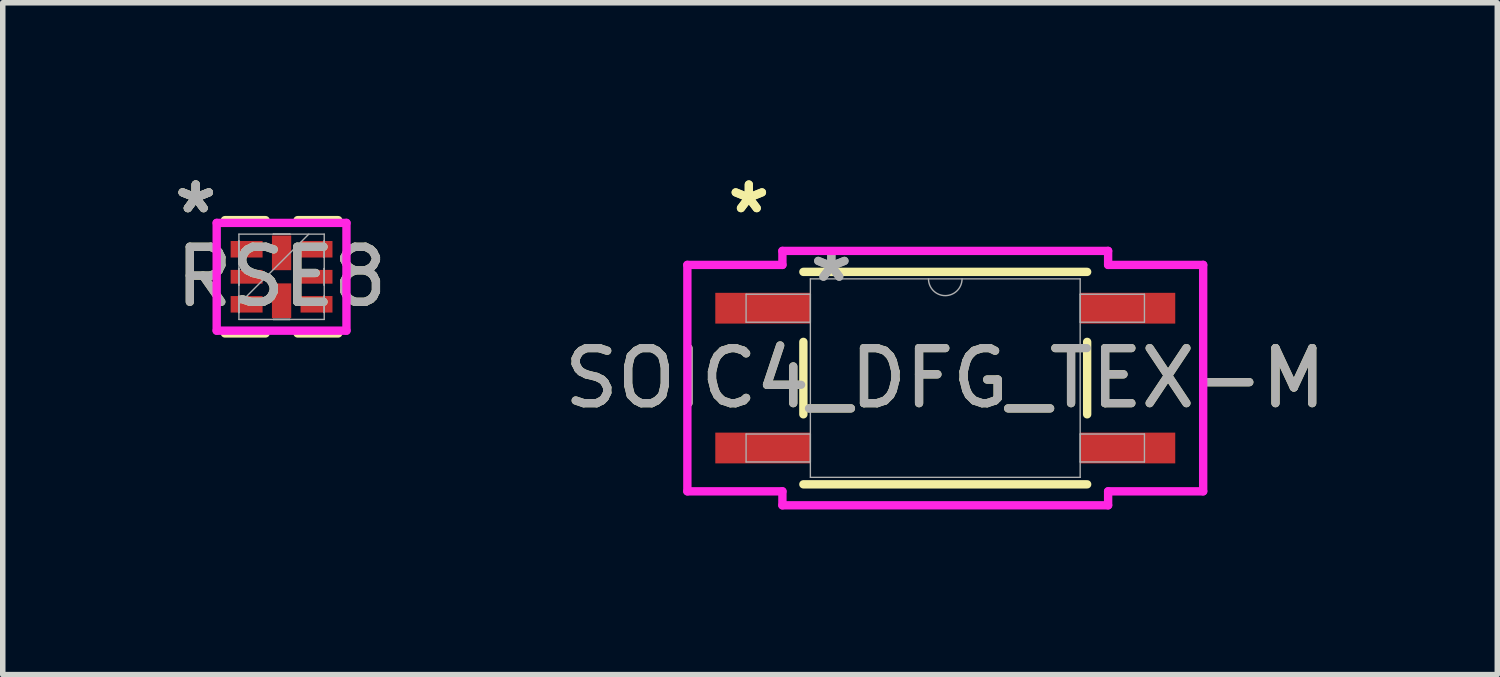
<source format=kicad_pcb>
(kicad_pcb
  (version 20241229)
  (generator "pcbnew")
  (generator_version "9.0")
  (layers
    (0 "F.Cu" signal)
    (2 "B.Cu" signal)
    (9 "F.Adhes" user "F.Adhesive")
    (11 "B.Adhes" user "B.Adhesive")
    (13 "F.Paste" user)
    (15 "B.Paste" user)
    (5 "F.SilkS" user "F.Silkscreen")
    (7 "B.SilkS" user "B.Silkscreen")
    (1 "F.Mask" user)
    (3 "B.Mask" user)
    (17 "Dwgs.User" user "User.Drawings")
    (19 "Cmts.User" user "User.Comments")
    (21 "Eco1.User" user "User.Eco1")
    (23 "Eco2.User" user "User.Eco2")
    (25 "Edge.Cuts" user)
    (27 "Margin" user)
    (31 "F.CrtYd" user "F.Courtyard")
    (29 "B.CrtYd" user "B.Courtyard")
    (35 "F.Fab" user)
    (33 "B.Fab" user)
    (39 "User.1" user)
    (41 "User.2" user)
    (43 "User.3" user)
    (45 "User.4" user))
  (footprint "RSE8"
    (layer "F.Cu")
    (at 2.066 1.979)
    (property "Reference" "RSE8" (at 0 0 0) (unlocked yes) (layer "F.SilkS") (effects (font (size 1 1) (thickness 0.15))))
    (fp_poly (pts (xy -0.975 -0.7) (xy -0.975 -0.3) (xy -0.295 -0.3) (xy -0.295 -0.7)) (stroke (width 0) (type solid)) (fill yes) (layer "F.Mask"))
    (fp_poly (pts (xy -0.975 -0.2) (xy -0.975 0.2) (xy -0.295 0.2) (xy -0.295 -0.2)) (stroke (width 0) (type solid)) (fill yes) (layer "F.Mask"))
    (fp_poly (pts (xy -0.975 0.3) (xy -0.975 0.7) (xy -0.295 0.7) (xy -0.295 0.3)) (stroke (width 0) (type solid)) (fill yes) (layer "F.Mask"))
    (fp_poly (pts (xy -0.2 -0.775) (xy -0.2 -0.095) (xy 0.2 -0.095) (xy 0.2 -0.775)) (stroke (width 0) (type solid)) (fill yes) (layer "F.Mask"))
    (fp_poly (pts (xy -0.2 0.095) (xy -0.2 0.775) (xy 0.2 0.775) (xy 0.2 0.095)) (stroke (width 0) (type solid)) (fill yes) (layer "F.Mask"))
    (fp_poly (pts (xy 0.295 -0.7) (xy 0.295 -0.3) (xy 0.975 -0.3) (xy 0.975 -0.7)) (stroke (width 0) (type solid)) (fill yes) (layer "F.Mask"))
    (fp_poly (pts (xy 0.295 -0.2) (xy 0.295 0.2) (xy 0.975 0.2) (xy 0.975 -0.2)) (stroke (width 0) (type solid)) (fill yes) (layer "F.Mask"))
    (fp_poly (pts (xy 0.295 0.3) (xy 0.295 0.7) (xy 0.975 0.7) (xy 0.975 0.3)) (stroke (width 0) (type solid)) (fill yes) (layer "F.Mask"))
    (fp_line (start -1.029 1.029) (end -0.291 1.029) (stroke (width 0.152) (type solid)) (layer "F.SilkS"))
    (fp_line (start -0.291 -1.029) (end -1.029 -1.029) (stroke (width 0.152) (type solid)) (layer "F.SilkS"))
    (fp_line (start 0.291 1.029) (end 1.029 1.029) (stroke (width 0.152) (type solid)) (layer "F.SilkS"))
    (fp_line (start 1.029 -1.029) (end 0.291 -1.029) (stroke (width 0.152) (type solid)) (layer "F.SilkS"))
    (fp_poly (pts (xy -0.9 -0.625) (xy -0.9 -0.375) (xy -0.37 -0.375) (xy -0.37 -0.625)) (stroke (width 0) (type solid)) (fill yes) (layer "F.Paste"))
    (fp_poly (pts (xy -0.9 -0.125) (xy -0.9 0.125) (xy -0.37 0.125) (xy -0.37 -0.125)) (stroke (width 0) (type solid)) (fill yes) (layer "F.Paste"))
    (fp_poly (pts (xy -0.9 0.375) (xy -0.9 0.625) (xy -0.37 0.625) (xy -0.37 0.375)) (stroke (width 0) (type solid)) (fill yes) (layer "F.Paste"))
    (fp_poly (pts (xy -0.125 -0.7) (xy -0.125 -0.17) (xy 0.125 -0.17) (xy 0.125 -0.7)) (stroke (width 0) (type solid)) (fill yes) (layer "F.Paste"))
    (fp_poly (pts (xy -0.125 0.17) (xy -0.125 0.7) (xy 0.125 0.7) (xy 0.125 0.17)) (stroke (width 0) (type solid)) (fill yes) (layer "F.Paste"))
    (fp_poly (pts (xy 0.37 -0.625) (xy 0.37 -0.375) (xy 0.9 -0.375) (xy 0.9 -0.625)) (stroke (width 0) (type solid)) (fill yes) (layer "F.Paste"))
    (fp_poly (pts (xy 0.37 -0.125) (xy 0.37 0.125) (xy 0.9 0.125) (xy 0.9 -0.125)) (stroke (width 0) (type solid)) (fill yes) (layer "F.Paste"))
    (fp_poly (pts (xy 0.37 0.375) (xy 0.37 0.625) (xy 0.9 0.625) (xy 0.9 0.375)) (stroke (width 0) (type solid)) (fill yes) (layer "F.Paste"))
    (fp_line (start -1.179 -0.979) (end 1.179 -0.979) (stroke (width 0.152) (type solid)) (layer "F.CrtYd"))
    (fp_line (start -1.179 0.979) (end -1.179 -0.979) (stroke (width 0.152) (type solid)) (layer "F.CrtYd"))
    (fp_line (start 1.179 -0.979) (end 1.179 0.979) (stroke (width 0.152) (type solid)) (layer "F.CrtYd"))
    (fp_line (start 1.179 0.979) (end -1.179 0.979) (stroke (width 0.152) (type solid)) (layer "F.CrtYd"))
    (fp_line (start -0.775 -0.775) (end -0.775 0.775) (stroke (width 0.025) (type solid)) (layer "F.Fab"))
    (fp_line (start -0.775 -0.65) (end -0.775 -0.65) (stroke (width 0.025) (type solid)) (layer "F.Fab"))
    (fp_line (start -0.775 -0.65) (end -0.775 -0.35) (stroke (width 0.025) (type solid)) (layer "F.Fab"))
    (fp_line (start -0.775 -0.35) (end -0.775 -0.65) (stroke (width 0.025) (type solid)) (layer "F.Fab"))
    (fp_line (start -0.775 -0.35) (end -0.775 -0.35) (stroke (width 0.025) (type solid)) (layer "F.Fab"))
    (fp_line (start -0.775 -0.15) (end -0.775 -0.15) (stroke (width 0.025) (type solid)) (layer "F.Fab"))
    (fp_line (start -0.775 -0.15) (end -0.775 0.15) (stroke (width 0.025) (type solid)) (layer "F.Fab"))
    (fp_line (start -0.775 0.15) (end -0.775 -0.15) (stroke (width 0.025) (type solid)) (layer "F.Fab"))
    (fp_line (start -0.775 0.15) (end -0.775 0.15) (stroke (width 0.025) (type solid)) (layer "F.Fab"))
    (fp_line (start -0.775 0.35) (end -0.775 0.35) (stroke (width 0.025) (type solid)) (layer "F.Fab"))
    (fp_line (start -0.775 0.35) (end -0.775 0.65) (stroke (width 0.025) (type solid)) (layer "F.Fab"))
    (fp_line (start -0.775 0.495) (end 0.495 -0.775) (stroke (width 0.025) (type solid)) (layer "F.Fab"))
    (fp_line (start -0.775 0.65) (end -0.775 0.35) (stroke (width 0.025) (type solid)) (layer "F.Fab"))
    (fp_line (start -0.775 0.65) (end -0.775 0.65) (stroke (width 0.025) (type solid)) (layer "F.Fab"))
    (fp_line (start -0.775 0.775) (end 0.775 0.775) (stroke (width 0.025) (type solid)) (layer "F.Fab"))
    (fp_line (start -0.15 -0.775) (end -0.15 -0.775) (stroke (width 0.025) (type solid)) (layer "F.Fab"))
    (fp_line (start -0.15 -0.775) (end 0.15 -0.775) (stroke (width 0.025) (type solid)) (layer "F.Fab"))
    (fp_line (start -0.15 0.775) (end -0.15 0.775) (stroke (width 0.025) (type solid)) (layer "F.Fab"))
    (fp_line (start -0.15 0.775) (end 0.15 0.775) (stroke (width 0.025) (type solid)) (layer "F.Fab"))
    (fp_line (start 0.15 -0.775) (end -0.15 -0.775) (stroke (width 0.025) (type solid)) (layer "F.Fab"))
    (fp_line (start 0.15 -0.775) (end 0.15 -0.775) (stroke (width 0.025) (type solid)) (layer "F.Fab"))
    (fp_line (start 0.15 0.775) (end -0.15 0.775) (stroke (width 0.025) (type solid)) (layer "F.Fab"))
    (fp_line (start 0.15 0.775) (end 0.15 0.775) (stroke (width 0.025) (type solid)) (layer "F.Fab"))
    (fp_line (start 0.775 -0.775) (end -0.775 -0.775) (stroke (width 0.025) (type solid)) (layer "F.Fab"))
    (fp_line (start 0.775 -0.65) (end 0.775 -0.65) (stroke (width 0.025) (type solid)) (layer "F.Fab"))
    (fp_line (start 0.775 -0.65) (end 0.775 -0.35) (stroke (width 0.025) (type solid)) (layer "F.Fab"))
    (fp_line (start 0.775 -0.35) (end 0.775 -0.65) (stroke (width 0.025) (type solid)) (layer "F.Fab"))
    (fp_line (start 0.775 -0.35) (end 0.775 -0.35) (stroke (width 0.025) (type solid)) (layer "F.Fab"))
    (fp_line (start 0.775 -0.15) (end 0.775 -0.15) (stroke (width 0.025) (type solid)) (layer "F.Fab"))
    (fp_line (start 0.775 -0.15) (end 0.775 0.15) (stroke (width 0.025) (type solid)) (layer "F.Fab"))
    (fp_line (start 0.775 0.15) (end 0.775 -0.15) (stroke (width 0.025) (type solid)) (layer "F.Fab"))
    (fp_line (start 0.775 0.15) (end 0.775 0.15) (stroke (width 0.025) (type solid)) (layer "F.Fab"))
    (fp_line (start 0.775 0.35) (end 0.775 0.35) (stroke (width 0.025) (type solid)) (layer "F.Fab"))
    (fp_line (start 0.775 0.35) (end 0.775 0.65) (stroke (width 0.025) (type solid)) (layer "F.Fab"))
    (fp_line (start 0.775 0.65) (end 0.775 0.35) (stroke (width 0.025) (type solid)) (layer "F.Fab"))
    (fp_line (start 0.775 0.65) (end 0.775 0.65) (stroke (width 0.025) (type solid)) (layer "F.Fab"))
    (fp_line (start 0.775 0.775) (end 0.775 -0.775) (stroke (width 0.025) (type solid)) (layer "F.Fab"))
    (fp_text user "*" (at -1.56 -1.131 0) (unlocked yes) (layer "F.SilkS") (effects (font (size 1 1) (thickness 0.15))))
    (fp_text user "*" (at -1.56 -1.131 0) (layer "F.SilkS") (effects (font (size 1 1) (thickness 0.15))))
    (fp_text user "${REFERENCE}" (at 0 0 0) (unlocked yes) (layer "F.Fab") (effects (font (size 1 1) (thickness 0.15))))
    (fp_text user "*" (at -1.56 -1.131 0) (unlocked yes) (layer "F.Fab") (effects (font (size 1 1) (thickness 0.15))))
    (fp_text user "*" (at -1.56 -1.131 0) (layer "F.Fab") (effects (font (size 1 1) (thickness 0.15))))
    (pad "1" smd rect (at -0.635 -0.5 90) (size 0.3 0.58) (layers "F.Cu" "F.Mask"))
    (pad "2" smd rect (at -0.635 0 270) (size 0.25 0.58) (layers "F.Cu" "F.Mask"))
    (pad "3" smd rect (at -0.635 0.5 90) (size 0.3 0.58) (layers "F.Cu" "F.Mask"))
    (pad "4" smd rect (at 0 0.435) (size 0.35 0.63) (layers "F.Cu" "F.Mask" "F.Paste"))
    (pad "5" smd rect (at 0.635 0.5 90) (size 0.3 0.58) (layers "F.Cu" "F.Mask"))
    (pad "6" smd rect (at 0.635 0 270) (size 0.25 0.58) (layers "F.Cu" "F.Mask"))
    (pad "7" smd rect (at 0.635 -0.5 90) (size 0.3 0.58) (layers "F.Cu" "F.Mask"))
    (pad "8" smd rect (at 0 -0.435) (size 0.35 0.63) (layers "F.Cu" "F.Mask" "F.Paste")))
  (footprint "SOIC4_DFG_TEX-M"
    (layer "F.Cu")
    (at 14.125 3.82)
    (property "Reference" "SOIC4_DFG_TEX-M" (at 0 0 0) (unlocked yes) (layer "F.SilkS") (effects (font (size 1 1) (thickness 0.15))))
    (attr smd)
    (fp_line (start -2.578 -0.658) (end -2.578 0.658) (stroke (width 0.152) (type solid)) (layer "F.SilkS"))
    (fp_line (start -2.578 1.93) (end 2.578 1.93) (stroke (width 0.152) (type solid)) (layer "F.SilkS"))
    (fp_line (start 2.578 -1.93) (end -2.578 -1.93) (stroke (width 0.152) (type solid)) (layer "F.SilkS"))
    (fp_line (start 2.578 0.658) (end 2.578 -0.658) (stroke (width 0.152) (type solid)) (layer "F.SilkS"))
    (fp_line (start -4.686 -2.057) (end -2.959 -2.057) (stroke (width 0.152) (type solid)) (layer "F.CrtYd"))
    (fp_line (start -4.686 2.057) (end -4.686 -2.057) (stroke (width 0.152) (type solid)) (layer "F.CrtYd"))
    (fp_line (start -4.686 2.057) (end -2.959 2.057) (stroke (width 0.152) (type solid)) (layer "F.CrtYd"))
    (fp_line (start -2.959 -2.311) (end 2.959 -2.311) (stroke (width 0.152) (type solid)) (layer "F.CrtYd"))
    (fp_line (start -2.959 -2.057) (end -2.959 -2.311) (stroke (width 0.152) (type solid)) (layer "F.CrtYd"))
    (fp_line (start -2.959 2.311) (end -2.959 2.057) (stroke (width 0.152) (type solid)) (layer "F.CrtYd"))
    (fp_line (start 2.959 -2.311) (end 2.959 -2.057) (stroke (width 0.152) (type solid)) (layer "F.CrtYd"))
    (fp_line (start 2.959 2.057) (end 2.959 2.311) (stroke (width 0.152) (type solid)) (layer "F.CrtYd"))
    (fp_line (start 2.959 2.311) (end -2.959 2.311) (stroke (width 0.152) (type solid)) (layer "F.CrtYd"))
    (fp_line (start 4.686 -2.057) (end 2.959 -2.057) (stroke (width 0.152) (type solid)) (layer "F.CrtYd"))
    (fp_line (start 4.686 -2.057) (end 4.686 2.057) (stroke (width 0.152) (type solid)) (layer "F.CrtYd"))
    (fp_line (start 4.686 2.057) (end 2.959 2.057) (stroke (width 0.152) (type solid)) (layer "F.CrtYd"))
    (fp_line (start -3.619 -1.524) (end -3.619 -1.016) (stroke (width 0.025) (type solid)) (layer "F.Fab"))
    (fp_line (start -3.619 -1.016) (end -2.451 -1.016) (stroke (width 0.025) (type solid)) (layer "F.Fab"))
    (fp_line (start -3.619 1.016) (end -3.619 1.524) (stroke (width 0.025) (type solid)) (layer "F.Fab"))
    (fp_line (start -3.619 1.524) (end -2.451 1.524) (stroke (width 0.025) (type solid)) (layer "F.Fab"))
    (fp_line (start -2.451 -1.803) (end -2.451 1.803) (stroke (width 0.025) (type solid)) (layer "F.Fab"))
    (fp_line (start -2.451 -1.524) (end -3.619 -1.524) (stroke (width 0.025) (type solid)) (layer "F.Fab"))
    (fp_line (start -2.451 -1.016) (end -2.451 -1.524) (stroke (width 0.025) (type solid)) (layer "F.Fab"))
    (fp_line (start -2.451 1.016) (end -3.619 1.016) (stroke (width 0.025) (type solid)) (layer "F.Fab"))
    (fp_line (start -2.451 1.524) (end -2.451 1.016) (stroke (width 0.025) (type solid)) (layer "F.Fab"))
    (fp_line (start -2.451 1.803) (end 2.451 1.803) (stroke (width 0.025) (type solid)) (layer "F.Fab"))
    (fp_line (start 2.451 -1.803) (end -2.451 -1.803) (stroke (width 0.025) (type solid)) (layer "F.Fab"))
    (fp_line (start 2.451 -1.524) (end 2.451 -1.016) (stroke (width 0.025) (type solid)) (layer "F.Fab"))
    (fp_line (start 2.451 -1.016) (end 3.619 -1.016) (stroke (width 0.025) (type solid)) (layer "F.Fab"))
    (fp_line (start 2.451 1.016) (end 2.451 1.524) (stroke (width 0.025) (type solid)) (layer "F.Fab"))
    (fp_line (start 2.451 1.524) (end 3.619 1.524) (stroke (width 0.025) (type solid)) (layer "F.Fab"))
    (fp_line (start 2.451 1.803) (end 2.451 -1.803) (stroke (width 0.025) (type solid)) (layer "F.Fab"))
    (fp_line (start 3.619 -1.524) (end 2.451 -1.524) (stroke (width 0.025) (type solid)) (layer "F.Fab"))
    (fp_line (start 3.619 -1.016) (end 3.619 -1.524) (stroke (width 0.025) (type solid)) (layer "F.Fab"))
    (fp_line (start 3.619 1.016) (end 2.451 1.016) (stroke (width 0.025) (type solid)) (layer "F.Fab"))
    (fp_line (start 3.619 1.524) (end 3.619 1.016) (stroke (width 0.025) (type solid)) (layer "F.Fab"))
    (fp_arc (start 0.3048 -1.8034) (mid 0 -1.4986) (end -0.3048 -1.8034) (stroke (width 0.0254) (type solid)) (layer "F.Fab"))
    (fp_text user "*" (at -3.569 -2.972 0) (layer "F.SilkS") (effects (font (size 1 1) (thickness 0.15))))
    (fp_text user "*" (at -3.569 -2.972 0) (unlocked yes) (layer "F.SilkS") (effects (font (size 1 1) (thickness 0.15))))
    (fp_text user "${REFERENCE}" (at 0 0 0) (unlocked yes) (layer "F.Fab") (effects (font (size 1 1) (thickness 0.15))))
    (fp_text user "*" (at -2.07 -1.727 0) (unlocked yes) (layer "F.Fab") (effects (font (size 1 1) (thickness 0.15))))
    (fp_text user "*" (at -2.07 -1.727 0) (layer "F.Fab") (effects (font (size 1 1) (thickness 0.15))))
    (pad "1" smd rect (at -3.315 -1.27) (size 1.727 0.559) (layers "F.Cu" "F.Mask" "F.Paste"))
    (pad "2" smd rect (at -3.315 1.27) (size 1.727 0.559) (layers "F.Cu" "F.Mask" "F.Paste"))
    (pad "3" smd rect (at 3.315 1.27) (size 1.727 0.559) (layers "F.Cu" "F.Mask" "F.Paste"))
    (pad "4" smd rect (at 3.315 -1.27) (size 1.727 0.559) (layers "F.Cu" "F.Mask" "F.Paste")))
  (gr_rect
    (start -3 -3)
    (end 24.155 9.208)
    (stroke (width 0.1) (type default))
    (fill no)
    (layer "Edge.Cuts")))
</source>
